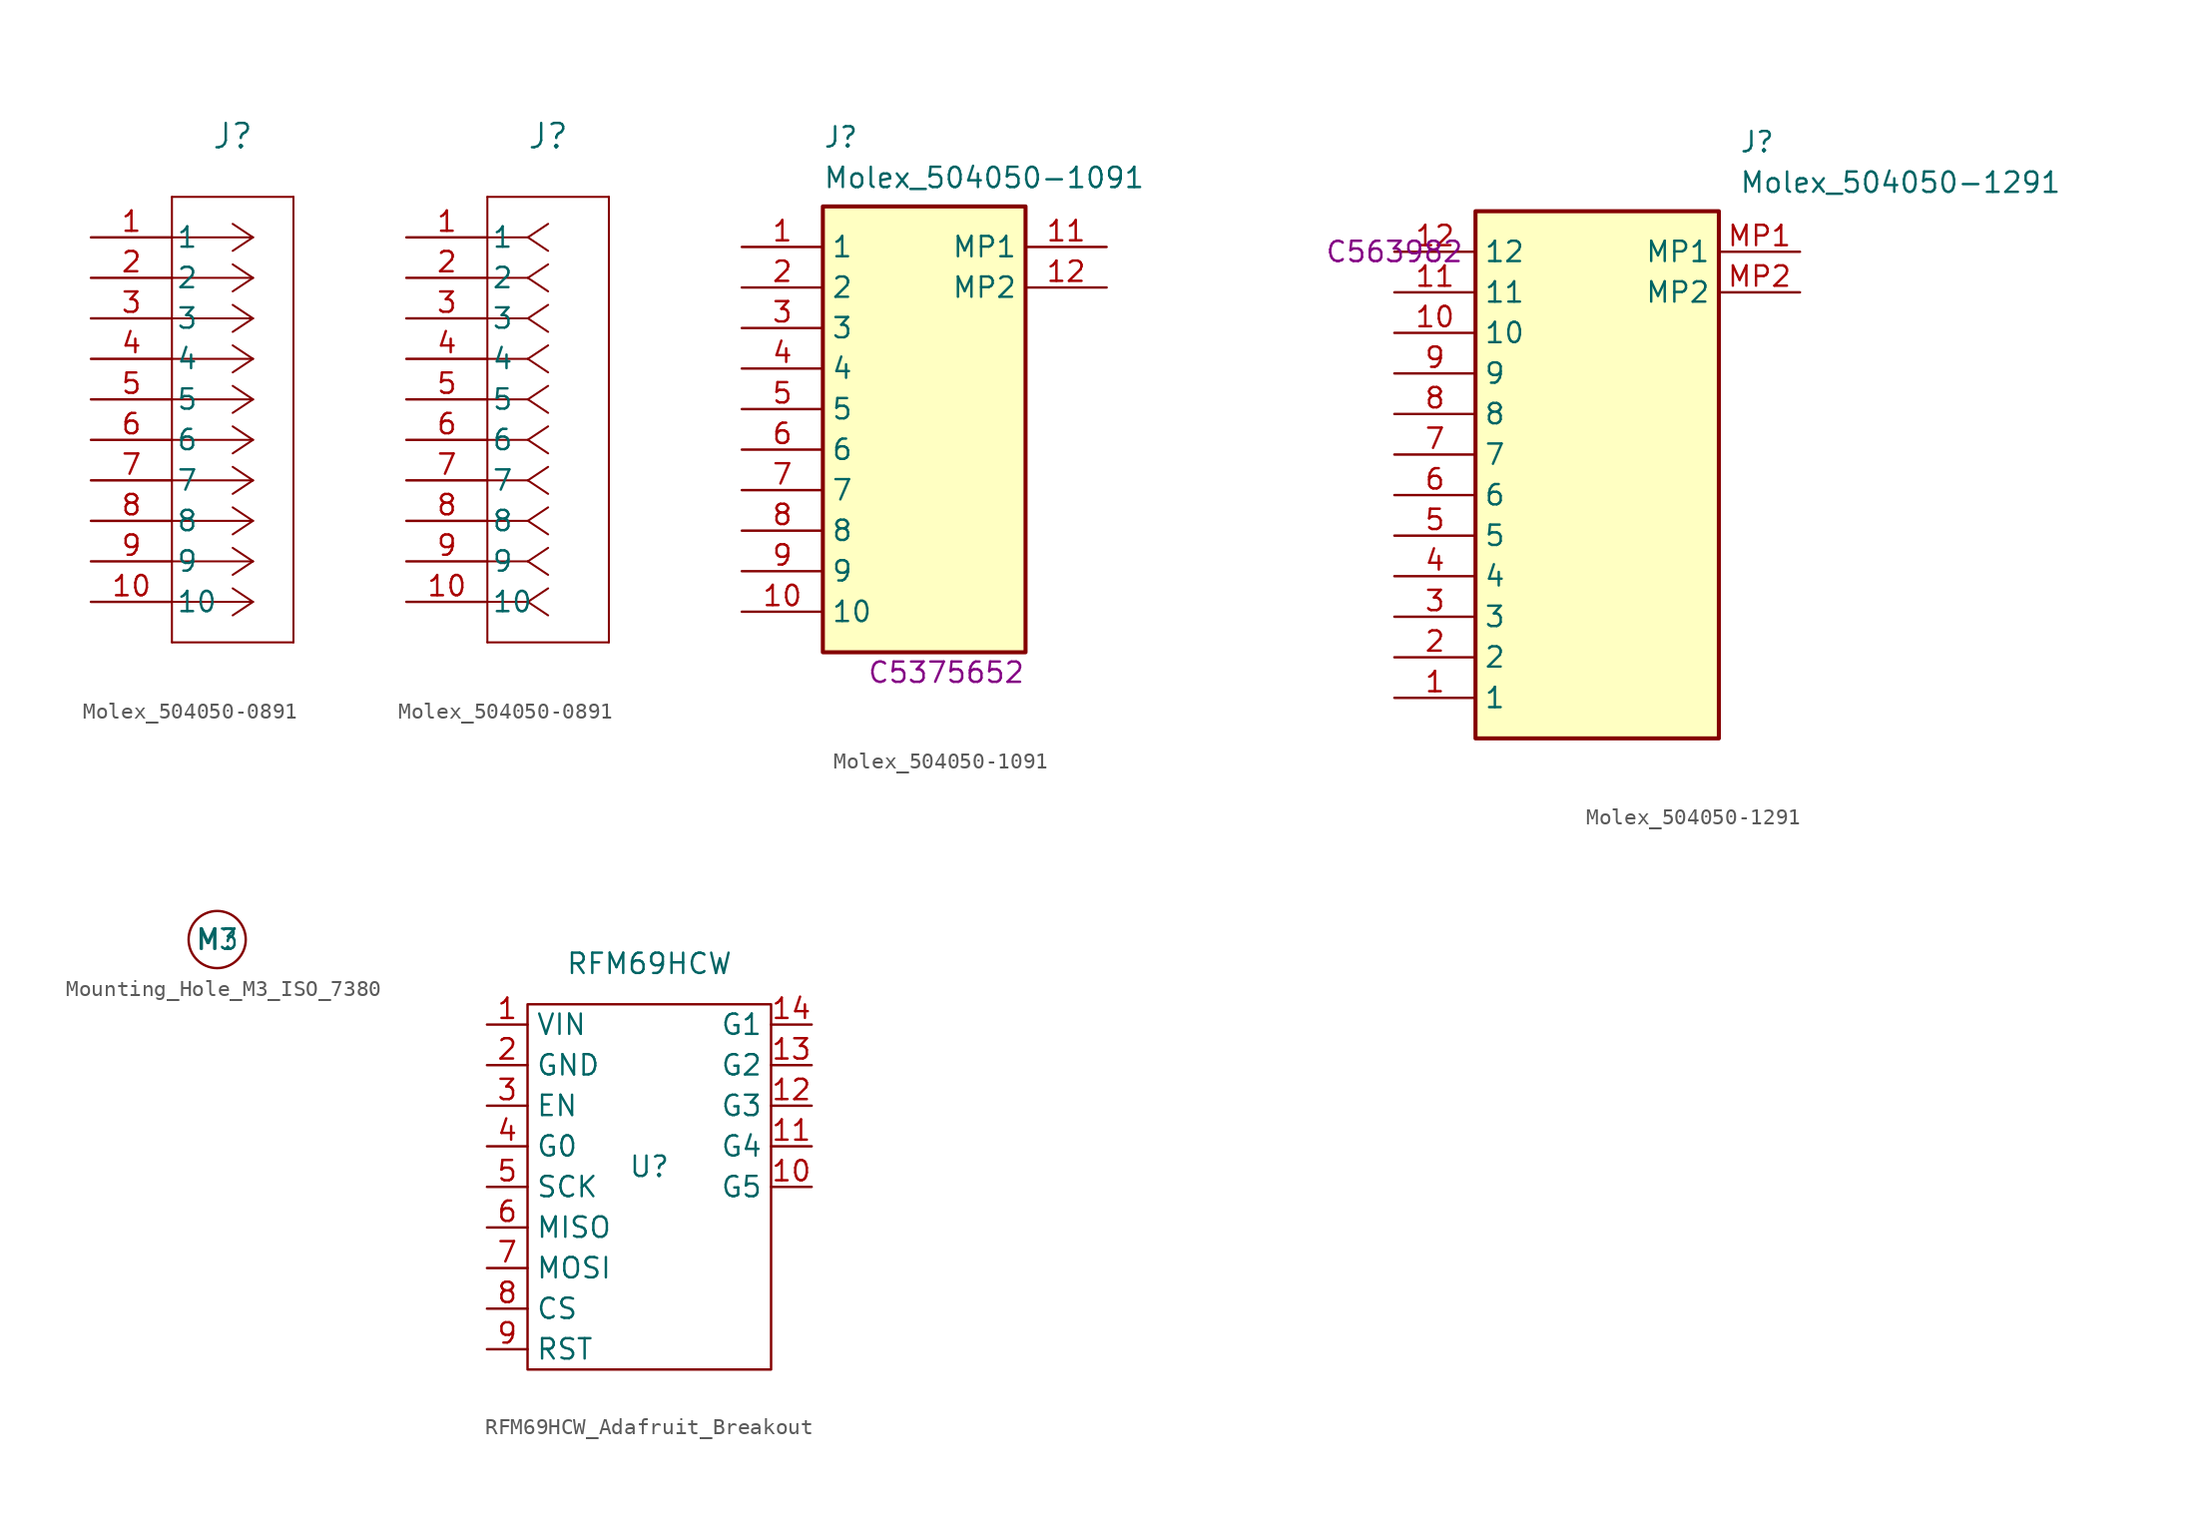
<source format=kicad_sym>
(kicad_symbol_lib
  (version 20220914)
  (generator kicad_symbol_editor)
  (symbol "Molex_504050-0891"
    (pin_names
      (offset 0.254))
    (property "Reference" "J"
      (at 8.89 6.35 0)
      (effects (font (size 1.524 1.524))))
    (symbol "Molex_504050-0891_1_1"
      (polyline (pts (xy 5.08 -25.4) (xy 12.7 -25.4)) (stroke (width 0.127) (type default)) (fill (type none)))
      (polyline (pts (xy 5.08 2.54) (xy 5.08 -25.4)) (stroke (width 0.127) (type default)) (fill (type none)))
      (polyline (pts (xy 10.16 -22.86) (xy 5.08 -22.86)) (stroke (width 0.127) (type default)) (fill (type none)))
      (polyline (pts (xy 10.16 -22.86) (xy 8.89 -23.707)) (stroke (width 0.127) (type default)) (fill (type none)))
      (polyline (pts (xy 10.16 -22.86) (xy 8.89 -22.013)) (stroke (width 0.127) (type default)) (fill (type none)))
      (polyline (pts (xy 10.16 -20.32) (xy 5.08 -20.32)) (stroke (width 0.127) (type default)) (fill (type none)))
      (polyline (pts (xy 10.16 -20.32) (xy 8.89 -21.167)) (stroke (width 0.127) (type default)) (fill (type none)))
      (polyline (pts (xy 10.16 -20.32) (xy 8.89 -19.473)) (stroke (width 0.127) (type default)) (fill (type none)))
      (polyline (pts (xy 10.16 -17.78) (xy 5.08 -17.78)) (stroke (width 0.127) (type default)) (fill (type none)))
      (polyline (pts (xy 10.16 -17.78) (xy 8.89 -18.627)) (stroke (width 0.127) (type default)) (fill (type none)))
      (polyline (pts (xy 10.16 -17.78) (xy 8.89 -16.933)) (stroke (width 0.127) (type default)) (fill (type none)))
      (polyline (pts (xy 10.16 -15.24) (xy 5.08 -15.24)) (stroke (width 0.127) (type default)) (fill (type none)))
      (polyline (pts (xy 10.16 -15.24) (xy 8.89 -16.087)) (stroke (width 0.127) (type default)) (fill (type none)))
      (polyline (pts (xy 10.16 -15.24) (xy 8.89 -14.393)) (stroke (width 0.127) (type default)) (fill (type none)))
      (polyline (pts (xy 10.16 -12.7) (xy 5.08 -12.7)) (stroke (width 0.127) (type default)) (fill (type none)))
      (polyline (pts (xy 10.16 -12.7) (xy 8.89 -13.547)) (stroke (width 0.127) (type default)) (fill (type none)))
      (polyline (pts (xy 10.16 -12.7) (xy 8.89 -11.853)) (stroke (width 0.127) (type default)) (fill (type none)))
      (polyline (pts (xy 10.16 -10.16) (xy 5.08 -10.16)) (stroke (width 0.127) (type default)) (fill (type none)))
      (polyline (pts (xy 10.16 -10.16) (xy 8.89 -11.007)) (stroke (width 0.127) (type default)) (fill (type none)))
      (polyline (pts (xy 10.16 -10.16) (xy 8.89 -9.313)) (stroke (width 0.127) (type default)) (fill (type none)))
      (polyline (pts (xy 10.16 -7.62) (xy 5.08 -7.62)) (stroke (width 0.127) (type default)) (fill (type none)))
      (polyline (pts (xy 10.16 -7.62) (xy 8.89 -8.467)) (stroke (width 0.127) (type default)) (fill (type none)))
      (polyline (pts (xy 10.16 -7.62) (xy 8.89 -6.773)) (stroke (width 0.127) (type default)) (fill (type none)))
      (polyline (pts (xy 10.16 -5.08) (xy 5.08 -5.08)) (stroke (width 0.127) (type default)) (fill (type none)))
      (polyline (pts (xy 10.16 -5.08) (xy 8.89 -5.927)) (stroke (width 0.127) (type default)) (fill (type none)))
      (polyline (pts (xy 10.16 -5.08) (xy 8.89 -4.233)) (stroke (width 0.127) (type default)) (fill (type none)))
      (polyline (pts (xy 10.16 -2.54) (xy 5.08 -2.54)) (stroke (width 0.127) (type default)) (fill (type none)))
      (polyline (pts (xy 10.16 -2.54) (xy 8.89 -3.387)) (stroke (width 0.127) (type default)) (fill (type none)))
      (polyline (pts (xy 10.16 -2.54) (xy 8.89 -1.693)) (stroke (width 0.127) (type default)) (fill (type none)))
      (polyline (pts (xy 10.16 0) (xy 5.08 0)) (stroke (width 0.127) (type default)) (fill (type none)))
      (polyline (pts (xy 10.16 0) (xy 8.89 -0.847)) (stroke (width 0.127) (type default)) (fill (type none)))
      (polyline (pts (xy 10.16 0) (xy 8.89 0.847)) (stroke (width 0.127) (type default)) (fill (type none)))
      (polyline (pts (xy 12.7 -25.4) (xy 12.7 2.54)) (stroke (width 0.127) (type default)) (fill (type none)))
      (polyline (pts (xy 12.7 2.54) (xy 5.08 2.54)) (stroke (width 0.127) (type default)) (fill (type none)))
      (pin unspecified line (at 0 0 0) (length 5.08) (name "1" (effects (font (size 1.27 1.27)))) (number "1" (effects (font (size 1.27 1.27)))))
      (pin unspecified line (at 0 -22.86 0) (length 5.08) (name "10" (effects (font (size 1.27 1.27)))) (number "10" (effects (font (size 1.27 1.27)))))
      (pin unspecified line (at 0 -2.54 0) (length 5.08) (name "2" (effects (font (size 1.27 1.27)))) (number "2" (effects (font (size 1.27 1.27)))))
      (pin unspecified line (at 0 -5.08 0) (length 5.08) (name "3" (effects (font (size 1.27 1.27)))) (number "3" (effects (font (size 1.27 1.27)))))
      (pin unspecified line (at 0 -7.62 0) (length 5.08) (name "4" (effects (font (size 1.27 1.27)))) (number "4" (effects (font (size 1.27 1.27)))))
      (pin unspecified line (at 0 -10.16 0) (length 5.08) (name "5" (effects (font (size 1.27 1.27)))) (number "5" (effects (font (size 1.27 1.27)))))
      (pin unspecified line (at 0 -12.7 0) (length 5.08) (name "6" (effects (font (size 1.27 1.27)))) (number "6" (effects (font (size 1.27 1.27)))))
      (pin unspecified line (at 0 -15.24 0) (length 5.08) (name "7" (effects (font (size 1.27 1.27)))) (number "7" (effects (font (size 1.27 1.27)))))
      (pin unspecified line (at 0 -17.78 0) (length 5.08) (name "8" (effects (font (size 1.27 1.27)))) (number "8" (effects (font (size 1.27 1.27)))))
      (pin unspecified line (at 0 -20.32 0) (length 5.08) (name "9" (effects (font (size 1.27 1.27)))) (number "9" (effects (font (size 1.27 1.27))))))
    (symbol "Molex_504050-0891_1_2"
      (polyline (pts (xy 5.08 -25.4) (xy 12.7 -25.4)) (stroke (width 0.127) (type default)) (fill (type none)))
      (polyline (pts (xy 5.08 2.54) (xy 5.08 -25.4)) (stroke (width 0.127) (type default)) (fill (type none)))
      (polyline (pts (xy 7.62 -22.86) (xy 5.08 -22.86)) (stroke (width 0.127) (type default)) (fill (type none)))
      (polyline (pts (xy 7.62 -22.86) (xy 8.89 -23.707)) (stroke (width 0.127) (type default)) (fill (type none)))
      (polyline (pts (xy 7.62 -22.86) (xy 8.89 -22.013)) (stroke (width 0.127) (type default)) (fill (type none)))
      (polyline (pts (xy 7.62 -20.32) (xy 5.08 -20.32)) (stroke (width 0.127) (type default)) (fill (type none)))
      (polyline (pts (xy 7.62 -20.32) (xy 8.89 -21.167)) (stroke (width 0.127) (type default)) (fill (type none)))
      (polyline (pts (xy 7.62 -20.32) (xy 8.89 -19.473)) (stroke (width 0.127) (type default)) (fill (type none)))
      (polyline (pts (xy 7.62 -17.78) (xy 5.08 -17.78)) (stroke (width 0.127) (type default)) (fill (type none)))
      (polyline (pts (xy 7.62 -17.78) (xy 8.89 -18.627)) (stroke (width 0.127) (type default)) (fill (type none)))
      (polyline (pts (xy 7.62 -17.78) (xy 8.89 -16.933)) (stroke (width 0.127) (type default)) (fill (type none)))
      (polyline (pts (xy 7.62 -15.24) (xy 5.08 -15.24)) (stroke (width 0.127) (type default)) (fill (type none)))
      (polyline (pts (xy 7.62 -15.24) (xy 8.89 -16.087)) (stroke (width 0.127) (type default)) (fill (type none)))
      (polyline (pts (xy 7.62 -15.24) (xy 8.89 -14.393)) (stroke (width 0.127) (type default)) (fill (type none)))
      (polyline (pts (xy 7.62 -12.7) (xy 5.08 -12.7)) (stroke (width 0.127) (type default)) (fill (type none)))
      (polyline (pts (xy 7.62 -12.7) (xy 8.89 -13.547)) (stroke (width 0.127) (type default)) (fill (type none)))
      (polyline (pts (xy 7.62 -12.7) (xy 8.89 -11.853)) (stroke (width 0.127) (type default)) (fill (type none)))
      (polyline (pts (xy 7.62 -10.16) (xy 5.08 -10.16)) (stroke (width 0.127) (type default)) (fill (type none)))
      (polyline (pts (xy 7.62 -10.16) (xy 8.89 -11.007)) (stroke (width 0.127) (type default)) (fill (type none)))
      (polyline (pts (xy 7.62 -10.16) (xy 8.89 -9.313)) (stroke (width 0.127) (type default)) (fill (type none)))
      (polyline (pts (xy 7.62 -7.62) (xy 5.08 -7.62)) (stroke (width 0.127) (type default)) (fill (type none)))
      (polyline (pts (xy 7.62 -7.62) (xy 8.89 -8.467)) (stroke (width 0.127) (type default)) (fill (type none)))
      (polyline (pts (xy 7.62 -7.62) (xy 8.89 -6.773)) (stroke (width 0.127) (type default)) (fill (type none)))
      (polyline (pts (xy 7.62 -5.08) (xy 5.08 -5.08)) (stroke (width 0.127) (type default)) (fill (type none)))
      (polyline (pts (xy 7.62 -5.08) (xy 8.89 -5.927)) (stroke (width 0.127) (type default)) (fill (type none)))
      (polyline (pts (xy 7.62 -5.08) (xy 8.89 -4.233)) (stroke (width 0.127) (type default)) (fill (type none)))
      (polyline (pts (xy 7.62 -2.54) (xy 5.08 -2.54)) (stroke (width 0.127) (type default)) (fill (type none)))
      (polyline (pts (xy 7.62 -2.54) (xy 8.89 -3.387)) (stroke (width 0.127) (type default)) (fill (type none)))
      (polyline (pts (xy 7.62 -2.54) (xy 8.89 -1.693)) (stroke (width 0.127) (type default)) (fill (type none)))
      (polyline (pts (xy 7.62 0) (xy 5.08 0)) (stroke (width 0.127) (type default)) (fill (type none)))
      (polyline (pts (xy 7.62 0) (xy 8.89 -0.847)) (stroke (width 0.127) (type default)) (fill (type none)))
      (polyline (pts (xy 7.62 0) (xy 8.89 0.847)) (stroke (width 0.127) (type default)) (fill (type none)))
      (polyline (pts (xy 12.7 -25.4) (xy 12.7 2.54)) (stroke (width 0.127) (type default)) (fill (type none)))
      (polyline (pts (xy 12.7 2.54) (xy 5.08 2.54)) (stroke (width 0.127) (type default)) (fill (type none)))
      (pin unspecified line (at 0 0 0) (length 5.08) (name "1" (effects (font (size 1.27 1.27)))) (number "1" (effects (font (size 1.27 1.27)))))
      (pin unspecified line (at 0 -22.86 0) (length 5.08) (name "10" (effects (font (size 1.27 1.27)))) (number "10" (effects (font (size 1.27 1.27)))))
      (pin unspecified line (at 0 -2.54 0) (length 5.08) (name "2" (effects (font (size 1.27 1.27)))) (number "2" (effects (font (size 1.27 1.27)))))
      (pin unspecified line (at 0 -5.08 0) (length 5.08) (name "3" (effects (font (size 1.27 1.27)))) (number "3" (effects (font (size 1.27 1.27)))))
      (pin unspecified line (at 0 -7.62 0) (length 5.08) (name "4" (effects (font (size 1.27 1.27)))) (number "4" (effects (font (size 1.27 1.27)))))
      (pin unspecified line (at 0 -10.16 0) (length 5.08) (name "5" (effects (font (size 1.27 1.27)))) (number "5" (effects (font (size 1.27 1.27)))))
      (pin unspecified line (at 0 -12.7 0) (length 5.08) (name "6" (effects (font (size 1.27 1.27)))) (number "6" (effects (font (size 1.27 1.27)))))
      (pin unspecified line (at 0 -15.24 0) (length 5.08) (name "7" (effects (font (size 1.27 1.27)))) (number "7" (effects (font (size 1.27 1.27)))))
      (pin unspecified line (at 0 -17.78 0) (length 5.08) (name "8" (effects (font (size 1.27 1.27)))) (number "8" (effects (font (size 1.27 1.27)))))
      (pin unspecified line (at 0 -20.32 0) (length 5.08) (name "9" (effects (font (size 1.27 1.27)))) (number "9" (effects (font (size 1.27 1.27)))))))
  (symbol "Molex_504050-1091"
    (property "Reference" "J"
      (at 5.08 7.62 0)
      (effects (font (size 1.27 1.27)) (justify left top)))
    (property "Value" "Molex_504050-1091"
      (at 5.08 5.08 0)
      (effects (font (size 1.27 1.27)) (justify left top)))
    (property "MPN" "C5375652"
      (at 17.78 -26.67 0)
      (effects (font (size 1.27 1.27)) (justify right)))
    (symbol "Molex_504050-1091_1_1"
      (rectangle (start 5.08 2.54) (end 17.78 -25.4) (stroke (width 0.254) (type default)) (fill (type background)))
      (pin passive line (at 0 0 0) (length 5.08) (name "1" (effects (font (size 1.27 1.27)))) (number "1" (effects (font (size 1.27 1.27)))))
      (pin passive line (at 0 -22.86 0) (length 5.08) (name "10" (effects (font (size 1.27 1.27)))) (number "10" (effects (font (size 1.27 1.27)))))
      (pin passive line (at 22.86 0 180) (length 5.08) (name "MP1" (effects (font (size 1.27 1.27)))) (number "11" (effects (font (size 1.27 1.27)))))
      (pin passive line (at 22.86 -2.54 180) (length 5.08) (name "MP2" (effects (font (size 1.27 1.27)))) (number "12" (effects (font (size 1.27 1.27)))))
      (pin passive line (at 0 -2.54 0) (length 5.08) (name "2" (effects (font (size 1.27 1.27)))) (number "2" (effects (font (size 1.27 1.27)))))
      (pin passive line (at 0 -5.08 0) (length 5.08) (name "3" (effects (font (size 1.27 1.27)))) (number "3" (effects (font (size 1.27 1.27)))))
      (pin passive line (at 0 -7.62 0) (length 5.08) (name "4" (effects (font (size 1.27 1.27)))) (number "4" (effects (font (size 1.27 1.27)))))
      (pin passive line (at 0 -10.16 0) (length 5.08) (name "5" (effects (font (size 1.27 1.27)))) (number "5" (effects (font (size 1.27 1.27)))))
      (pin passive line (at 0 -12.7 0) (length 5.08) (name "6" (effects (font (size 1.27 1.27)))) (number "6" (effects (font (size 1.27 1.27)))))
      (pin passive line (at 0 -15.24 0) (length 5.08) (name "7" (effects (font (size 1.27 1.27)))) (number "7" (effects (font (size 1.27 1.27)))))
      (pin passive line (at 0 -17.78 0) (length 5.08) (name "8" (effects (font (size 1.27 1.27)))) (number "8" (effects (font (size 1.27 1.27)))))
      (pin passive line (at 0 -20.32 0) (length 5.08) (name "9" (effects (font (size 1.27 1.27)))) (number "9" (effects (font (size 1.27 1.27)))))))
  (symbol "Molex_504050-1291"
    (property "Reference" "J"
      (at 21.59 7.62 0)
      (effects (font (size 1.27 1.27)) (justify left top)))
    (property "Value" "Molex_504050-1291"
      (at 21.59 5.08 0)
      (effects (font (size 1.27 1.27)) (justify left top)))
    (property "MPN" "C563982"
      (at 0 0 0)
      (effects (font (size 1.27 1.27))))
    (symbol "Molex_504050-1291_1_1"
      (rectangle (start 5.08 2.54) (end 20.32 -30.48) (stroke (width 0.254) (type default)) (fill (type background)))
      (pin passive line (at 0 -27.94 0) (length 5.08) (name "1" (effects (font (size 1.27 1.27)))) (number "1" (effects (font (size 1.27 1.27)))))
      (pin passive line (at 0 -5.08 0) (length 5.08) (name "10" (effects (font (size 1.27 1.27)))) (number "10" (effects (font (size 1.27 1.27)))))
      (pin passive line (at 0 -2.54 0) (length 5.08) (name "11" (effects (font (size 1.27 1.27)))) (number "11" (effects (font (size 1.27 1.27)))))
      (pin passive line (at 0 0 0) (length 5.08) (name "12" (effects (font (size 1.27 1.27)))) (number "12" (effects (font (size 1.27 1.27)))))
      (pin passive line (at 0 -25.4 0) (length 5.08) (name "2" (effects (font (size 1.27 1.27)))) (number "2" (effects (font (size 1.27 1.27)))))
      (pin passive line (at 0 -22.86 0) (length 5.08) (name "3" (effects (font (size 1.27 1.27)))) (number "3" (effects (font (size 1.27 1.27)))))
      (pin passive line (at 0 -20.32 0) (length 5.08) (name "4" (effects (font (size 1.27 1.27)))) (number "4" (effects (font (size 1.27 1.27)))))
      (pin passive line (at 0 -17.78 0) (length 5.08) (name "5" (effects (font (size 1.27 1.27)))) (number "5" (effects (font (size 1.27 1.27)))))
      (pin passive line (at 0 -15.24 0) (length 5.08) (name "6" (effects (font (size 1.27 1.27)))) (number "6" (effects (font (size 1.27 1.27)))))
      (pin passive line (at 0 -12.7 0) (length 5.08) (name "7" (effects (font (size 1.27 1.27)))) (number "7" (effects (font (size 1.27 1.27)))))
      (pin passive line (at 0 -10.16 0) (length 5.08) (name "8" (effects (font (size 1.27 1.27)))) (number "8" (effects (font (size 1.27 1.27)))))
      (pin passive line (at 0 -7.62 0) (length 5.08) (name "9" (effects (font (size 1.27 1.27)))) (number "9" (effects (font (size 1.27 1.27)))))
      (pin passive line (at 25.4 0 180) (length 5.08) (name "MP1" (effects (font (size 1.27 1.27)))) (number "MP1" (effects (font (size 1.27 1.27)))))
      (pin passive line (at 25.4 -2.54 180) (length 5.08) (name "MP2" (effects (font (size 1.27 1.27)))) (number "MP2" (effects (font (size 1.27 1.27)))))))
  (symbol "Mounting_Hole_M3_ISO_7380"
    (property "Reference" "M"
      (at 0 0 0)
      (effects (font (size 1.27 1.27))))
    (property "Value" "M3"
      (at 0 0 0)
      (effects (font (size 1.27 1.27))))
    (symbol "Mounting_Hole_M3_ISO_7380_0_1"
      (circle (center 0 0) (radius 1.796) (stroke (width 0) (type default)) (fill (type none))))
    (symbol "Mounting_Hole_M3_ISO_7380_1_1"
      (pin passive line (at 0 0 0) (length 2.54) hide (name "Hole" (effects (font (size 1.27 1.27)))) (number "1" (effects (font (size 1.27 1.27)))))))
  (symbol "RFM69HCW_Adafruit_Breakout"
    (property "Reference" "U"
      (at 0 0 0)
      (effects (font (size 1.27 1.27))))
    (property "Value" "RFM69HCW"
      (at 0 12.7 0)
      (effects (font (size 1.27 1.27))))
    (symbol "RFM69HCW_Adafruit_Breakout_0_1"
      (rectangle (start -7.62 10.16) (end 7.62 -12.7) (stroke (width 0) (type default)) (fill (type none))))
    (symbol "RFM69HCW_Adafruit_Breakout_1_1"
      (pin power_in line (at -10.16 8.89 0) (length 2.54) (name "VIN" (effects (font (size 1.27 1.27)))) (number "1" (effects (font (size 1.27 1.27)))))
      (pin bidirectional line (at 10.16 -1.27 180) (length 2.54) (name "G5" (effects (font (size 1.27 1.27)))) (number "10" (effects (font (size 1.27 1.27)))))
      (pin bidirectional line (at 10.16 1.27 180) (length 2.54) (name "G4" (effects (font (size 1.27 1.27)))) (number "11" (effects (font (size 1.27 1.27)))))
      (pin bidirectional line (at 10.16 3.81 180) (length 2.54) (name "G3" (effects (font (size 1.27 1.27)))) (number "12" (effects (font (size 1.27 1.27)))))
      (pin bidirectional line (at 10.16 6.35 180) (length 2.54) (name "G2" (effects (font (size 1.27 1.27)))) (number "13" (effects (font (size 1.27 1.27)))))
      (pin bidirectional line (at 10.16 8.89 180) (length 2.54) (name "G1" (effects (font (size 1.27 1.27)))) (number "14" (effects (font (size 1.27 1.27)))))
      (pin power_in line (at -10.16 6.35 0) (length 2.54) (name "GND" (effects (font (size 1.27 1.27)))) (number "2" (effects (font (size 1.27 1.27)))))
      (pin open_collector line (at -10.16 3.81 0) (length 2.54) (name "EN" (effects (font (size 1.27 1.27)))) (number "3" (effects (font (size 1.27 1.27)))))
      (pin bidirectional line (at -10.16 1.27 0) (length 2.54) (name "G0" (effects (font (size 1.27 1.27)))) (number "4" (effects (font (size 1.27 1.27)))))
      (pin input line (at -10.16 -1.27 0) (length 2.54) (name "SCK" (effects (font (size 1.27 1.27)))) (number "5" (effects (font (size 1.27 1.27)))))
      (pin output line (at -10.16 -3.81 0) (length 2.54) (name "MISO" (effects (font (size 1.27 1.27)))) (number "6" (effects (font (size 1.27 1.27)))))
      (pin input line (at -10.16 -6.35 0) (length 2.54) (name "MOSI" (effects (font (size 1.27 1.27)))) (number "7" (effects (font (size 1.27 1.27)))))
      (pin input line (at -10.16 -8.89 0) (length 2.54) (name "CS" (effects (font (size 1.27 1.27)))) (number "8" (effects (font (size 1.27 1.27)))))
      (pin open_collector line (at -10.16 -11.43 0) (length 2.54) (name "RST" (effects (font (size 1.27 1.27)))) (number "9" (effects (font (size 1.27 1.27))))))))
</source>
